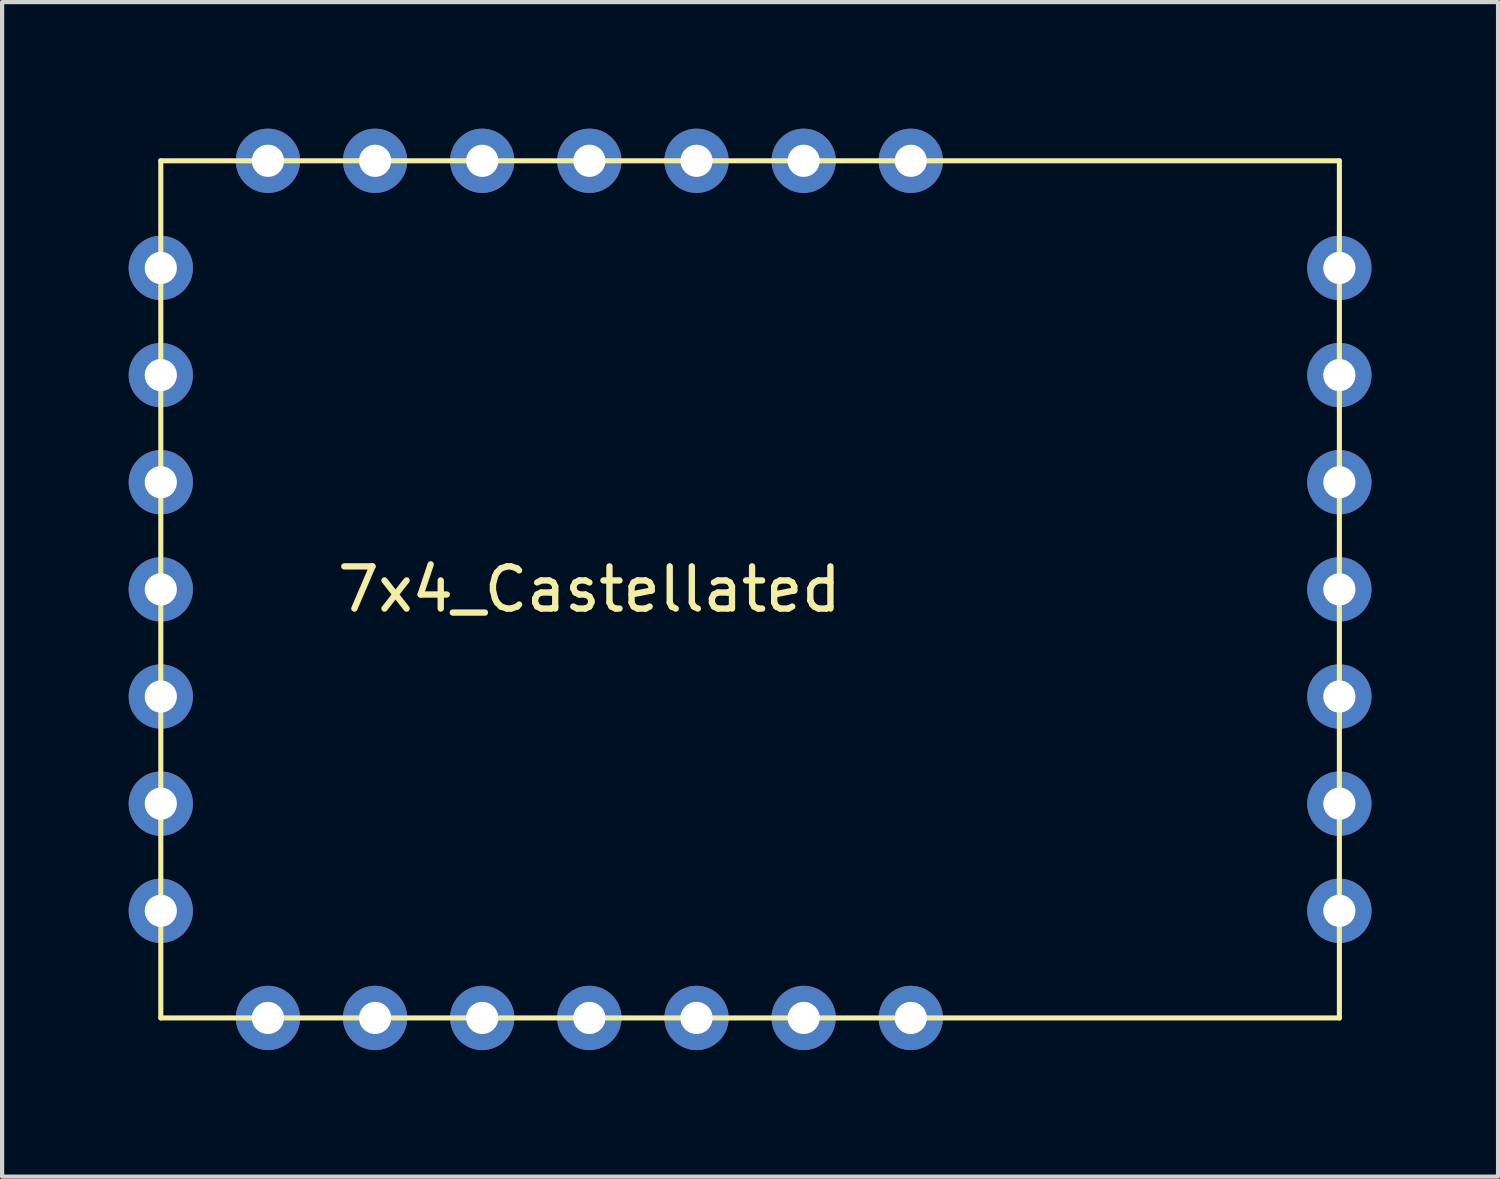
<source format=kicad_pcb>
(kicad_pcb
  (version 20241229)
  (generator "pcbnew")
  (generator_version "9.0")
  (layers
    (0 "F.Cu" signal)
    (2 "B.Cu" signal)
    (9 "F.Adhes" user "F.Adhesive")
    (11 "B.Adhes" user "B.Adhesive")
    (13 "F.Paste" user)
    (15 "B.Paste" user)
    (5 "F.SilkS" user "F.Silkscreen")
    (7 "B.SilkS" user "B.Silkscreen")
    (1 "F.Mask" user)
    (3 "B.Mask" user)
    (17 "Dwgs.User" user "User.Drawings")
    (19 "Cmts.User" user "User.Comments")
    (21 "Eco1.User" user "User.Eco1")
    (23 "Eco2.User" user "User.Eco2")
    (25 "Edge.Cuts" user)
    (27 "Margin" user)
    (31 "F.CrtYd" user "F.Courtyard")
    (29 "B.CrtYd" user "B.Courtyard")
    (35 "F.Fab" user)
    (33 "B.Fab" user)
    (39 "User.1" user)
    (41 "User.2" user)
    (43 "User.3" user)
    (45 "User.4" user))
  (footprint "7x4_Castellated"
    (layer "F.Cu")
    (at 13.462 16.002)
    (property "Reference" "7x4_Castellated" (at -2.54 -5.08 0) (layer "F.SilkS") (effects (font (size 1 1) (thickness 0.15))))
    (attr through_hole)
    (fp_line (start -12.7 -15.24) (end 15.24 -15.24) (stroke (width 0.12) (type solid)) (layer "F.SilkS"))
    (fp_line (start -12.7 5.08) (end -12.7 -15.24) (stroke (width 0.12) (type solid)) (layer "F.SilkS"))
    (fp_line (start 15.24 -15.24) (end 15.24 5.08) (stroke (width 0.12) (type solid)) (layer "F.SilkS"))
    (fp_line (start 15.24 5.08) (end -12.7 5.08) (stroke (width 0.12) (type solid)) (layer "F.SilkS"))
    (pad "1" thru_hole circle (at -12.7 -12.7) (size 1.524 1.524) (drill 0.762) (layers "*.Cu" "*.Mask"))
    (pad "2" thru_hole circle (at -12.7 -10.16) (size 1.524 1.524) (drill 0.762) (layers "*.Cu" "*.Mask"))
    (pad "3" thru_hole circle (at -12.7 -7.62) (size 1.524 1.524) (drill 0.762) (layers "*.Cu" "*.Mask"))
    (pad "4" thru_hole circle (at -12.7 -5.08) (size 1.524 1.524) (drill 0.762) (layers "*.Cu" "*.Mask"))
    (pad "5" thru_hole circle (at -12.7 -2.54) (size 1.524 1.524) (drill 0.762) (layers "*.Cu" "*.Mask"))
    (pad "6" thru_hole circle (at -12.7 0) (size 1.524 1.524) (drill 0.762) (layers "*.Cu" "*.Mask"))
    (pad "7" thru_hole circle (at -12.7 2.54) (size 1.524 1.524) (drill 0.762) (layers "*.Cu" "*.Mask"))
    (pad "8" thru_hole circle (at -10.16 5.08) (size 1.524 1.524) (drill 0.762) (layers "*.Cu" "*.Mask"))
    (pad "9" thru_hole circle (at -7.62 5.08) (size 1.524 1.524) (drill 0.762) (layers "*.Cu" "*.Mask"))
    (pad "10" thru_hole circle (at -5.08 5.08) (size 1.524 1.524) (drill 0.762) (layers "*.Cu" "*.Mask"))
    (pad "11" thru_hole circle (at -2.54 5.08) (size 1.524 1.524) (drill 0.762) (layers "*.Cu" "*.Mask"))
    (pad "12" thru_hole circle (at 0 5.08) (size 1.524 1.524) (drill 0.762) (layers "*.Cu" "*.Mask"))
    (pad "13" thru_hole circle (at 2.54 5.08) (size 1.524 1.524) (drill 0.762) (layers "*.Cu" "*.Mask"))
    (pad "14" thru_hole circle (at 5.08 5.08) (size 1.524 1.524) (drill 0.762) (layers "*.Cu" "*.Mask"))
    (pad "15" thru_hole circle (at 15.24 2.54) (size 1.524 1.524) (drill 0.762) (layers "*.Cu" "*.Mask"))
    (pad "16" thru_hole circle (at 15.24 0) (size 1.524 1.524) (drill 0.762) (layers "*.Cu" "*.Mask"))
    (pad "17" thru_hole circle (at 15.24 -2.54) (size 1.524 1.524) (drill 0.762) (layers "*.Cu" "*.Mask"))
    (pad "18" thru_hole circle (at 15.24 -5.08) (size 1.524 1.524) (drill 0.762) (layers "*.Cu" "*.Mask"))
    (pad "19" thru_hole circle (at 15.24 -7.62) (size 1.524 1.524) (drill 0.762) (layers "*.Cu" "*.Mask"))
    (pad "20" thru_hole circle (at 15.24 -10.16) (size 1.524 1.524) (drill 0.762) (layers "*.Cu" "*.Mask"))
    (pad "21" thru_hole circle (at 15.24 -12.7) (size 1.524 1.524) (drill 0.762) (layers "*.Cu" "*.Mask"))
    (pad "22" thru_hole circle (at 5.08 -15.24) (size 1.524 1.524) (drill 0.762) (layers "*.Cu" "*.Mask"))
    (pad "23" thru_hole circle (at 2.54 -15.24) (size 1.524 1.524) (drill 0.762) (layers "*.Cu" "*.Mask"))
    (pad "24" thru_hole circle (at 0 -15.24) (size 1.524 1.524) (drill 0.762) (layers "*.Cu" "*.Mask"))
    (pad "25" thru_hole circle (at -2.54 -15.24) (size 1.524 1.524) (drill 0.762) (layers "*.Cu" "*.Mask"))
    (pad "26" thru_hole circle (at -5.08 -15.24) (size 1.524 1.524) (drill 0.762) (layers "*.Cu" "*.Mask"))
    (pad "27" thru_hole circle (at -7.62 -15.24) (size 1.524 1.524) (drill 0.762) (layers "*.Cu" "*.Mask"))
    (pad "28" thru_hole circle (at -10.16 -15.24) (size 1.524 1.524) (drill 0.762) (layers "*.Cu" "*.Mask")))
  (gr_rect
    (start -3 -3)
    (end 32.464 24.844)
    (stroke (width 0.1) (type default))
    (fill no)
    (layer "Edge.Cuts")))
</source>
